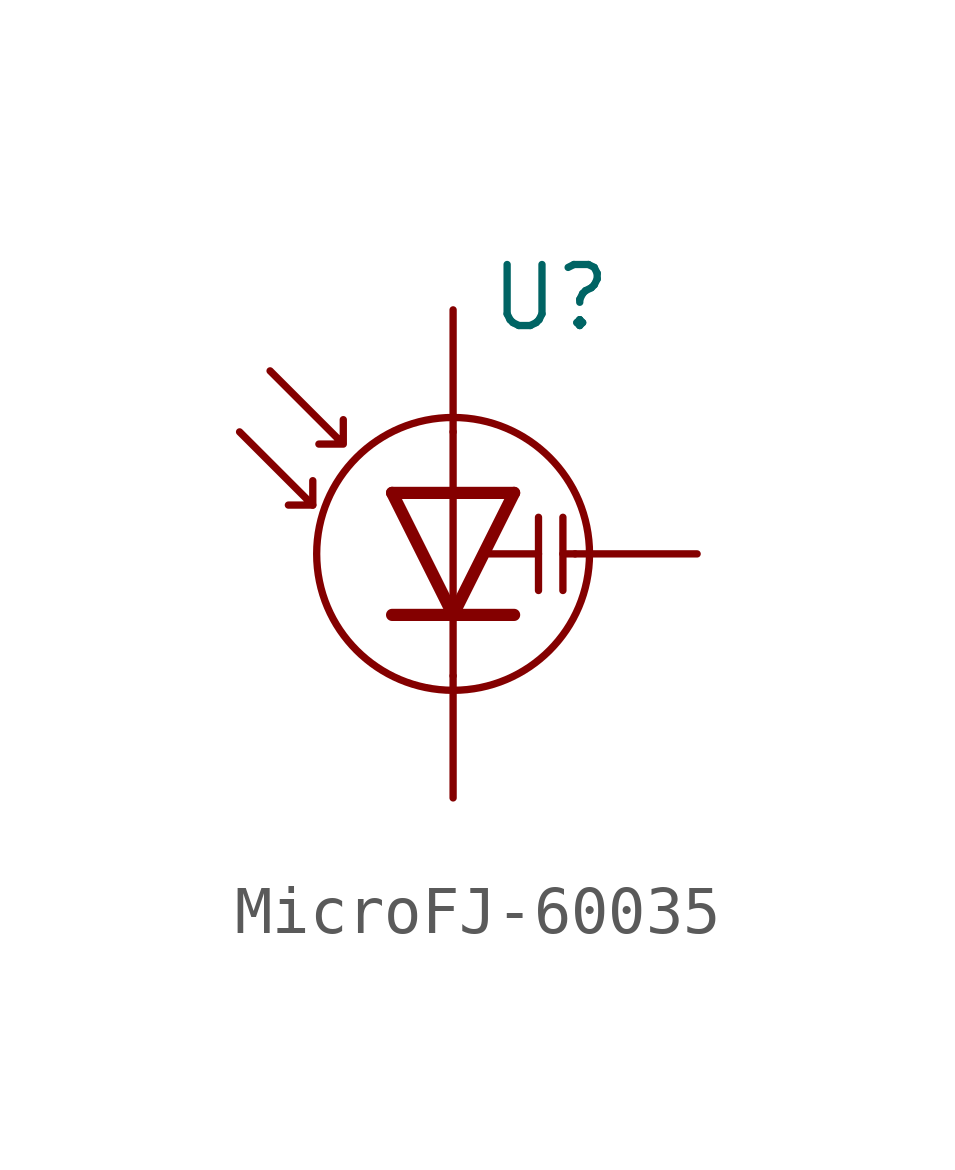
<source format=kicad_sym>
(kicad_symbol_lib
  (version 20231120)
  (generator "kicad_symbol_editor")
  (generator_version "8.0")
  (symbol "MicroFJ-60035"
    (pin_numbers hide)
    (pin_names hide)
    (property "Reference" "U"
      (at 2.032 5.334 0)
      (effects (font (size 1.27 1.27))))
    (property "Value" ""
      (at 0 0 90)
      (effects (font (size 1.27 1.27))))
    (symbol "MicroFJ-60035_0_1"
      (circle (center 0 0) (radius 2.84) (stroke (width 0) (type default)) (fill (type none)))
      (polyline (pts (xy -2.921 1.016) (xy -2.921 1.524)) (stroke (width 0) (type default)) (fill (type none)))
      (polyline (pts (xy -1.27 -1.27) (xy 1.27 -1.27)) (stroke (width 0.254) (type default)) (fill (type none)))
      (polyline (pts (xy -1.27 1.27) (xy 1.27 1.27)) (stroke (width 0.254) (type default)) (fill (type none)))
      (polyline (pts (xy 0 -2.54) (xy 0 -1.27)) (stroke (width 0) (type default)) (fill (type none)))
      (polyline (pts (xy 0 -1.27) (xy 0 1.27)) (stroke (width 0) (type default)) (fill (type none)))
      (polyline (pts (xy 0 1.27) (xy 0 2.54)) (stroke (width 0) (type default)) (fill (type none)))
      (polyline (pts (xy 1.778 0) (xy 0.762 0)) (stroke (width 0) (type default)) (fill (type none)))
      (polyline (pts (xy 1.778 0.762) (xy 1.778 -0.762)) (stroke (width 0) (type default)) (fill (type none)))
      (polyline (pts (xy 2.286 0) (xy 2.54 0)) (stroke (width 0) (type default)) (fill (type none)))
      (polyline (pts (xy 2.286 0.762) (xy 2.286 -0.762)) (stroke (width 0) (type default)) (fill (type none)))
      (polyline (pts (xy -4.445 2.54) (xy -2.921 1.016) (xy -3.429 1.016)) (stroke (width 0) (type default)) (fill (type none)))
      (polyline (pts (xy -1.27 1.27) (xy 0 -1.27) (xy 1.27 1.27)) (stroke (width 0.254) (type default)) (fill (type none)))
      (polyline (pts (xy -3.81 3.81) (xy -2.286 2.286) (xy -2.794 2.286) (xy -2.286 2.286) (xy -2.286 2.794)) (stroke (width 0) (type default)) (fill (type none))))
    (symbol "MicroFJ-60035_1_1"
      (pin passive line (at 0 -5.08 90) (length 2.54) (name "A1" (effects (font (size 1.27 1.27)))) (number "1" (effects (font (size 1.27 1.27)))))
      (pin passive line (at 0 5.08 270) (length 2.54) (name "C1" (effects (font (size 1.27 1.27)))) (number "2" (effects (font (size 1.27 1.27)))))
      (pin passive line (at 5.08 0 180) (length 2.54) (name "C6" (effects (font (size 1.27 1.27)))) (number "3" (effects (font (size 1.27 1.27)))))
      (pin passive line (at 5.08 0 180) (length 2.54) hide (name "D6" (effects (font (size 1.27 1.27)))) (number "4" (effects (font (size 1.27 1.27)))))
      (pin passive line (at 0 -5.08 90) (length 2.54) hide (name "F6" (effects (font (size 1.27 1.27)))) (number "5" (effects (font (size 1.27 1.27)))))
      (pin passive line (at 0 5.08 270) (length 2.54) hide (name "D1" (effects (font (size 1.27 1.27)))) (number "6" (effects (font (size 1.27 1.27))))))))
</source>
